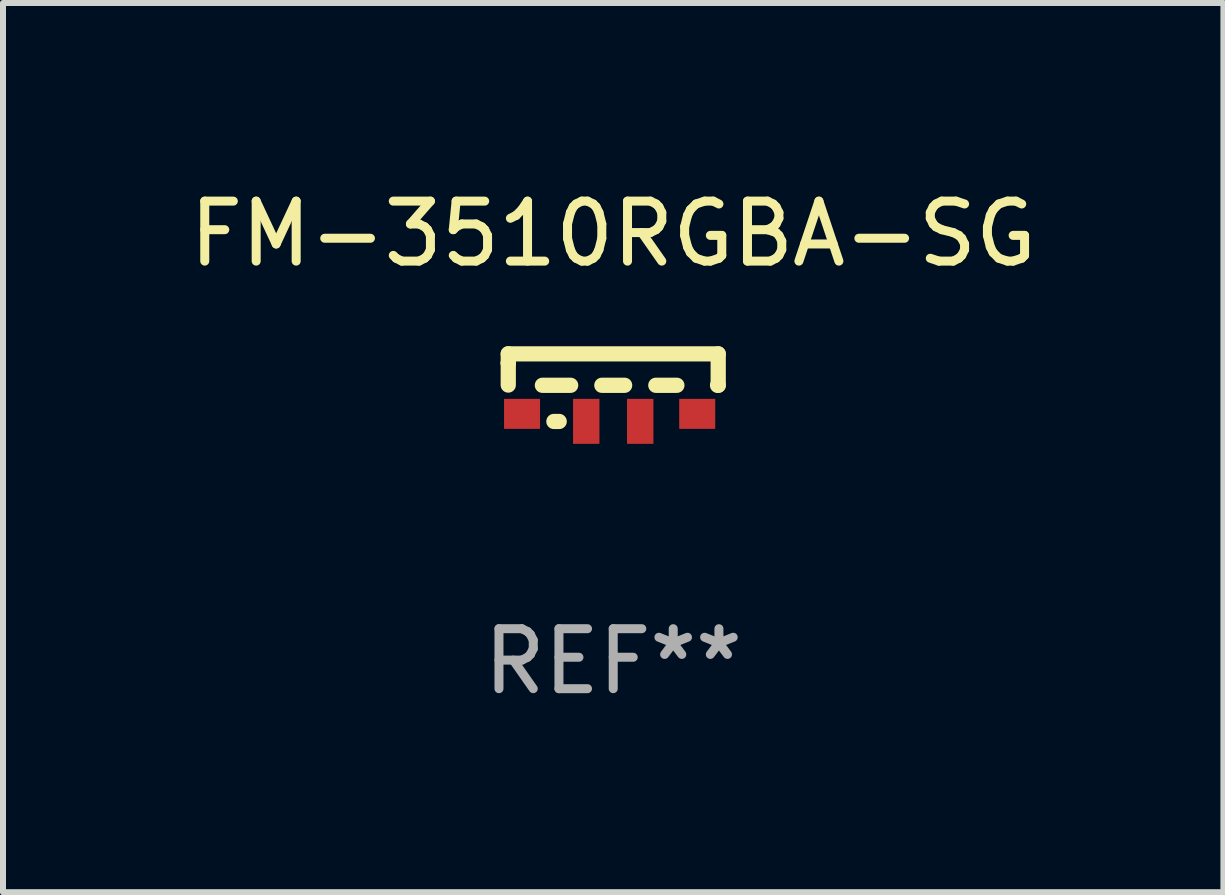
<source format=kicad_pcb>
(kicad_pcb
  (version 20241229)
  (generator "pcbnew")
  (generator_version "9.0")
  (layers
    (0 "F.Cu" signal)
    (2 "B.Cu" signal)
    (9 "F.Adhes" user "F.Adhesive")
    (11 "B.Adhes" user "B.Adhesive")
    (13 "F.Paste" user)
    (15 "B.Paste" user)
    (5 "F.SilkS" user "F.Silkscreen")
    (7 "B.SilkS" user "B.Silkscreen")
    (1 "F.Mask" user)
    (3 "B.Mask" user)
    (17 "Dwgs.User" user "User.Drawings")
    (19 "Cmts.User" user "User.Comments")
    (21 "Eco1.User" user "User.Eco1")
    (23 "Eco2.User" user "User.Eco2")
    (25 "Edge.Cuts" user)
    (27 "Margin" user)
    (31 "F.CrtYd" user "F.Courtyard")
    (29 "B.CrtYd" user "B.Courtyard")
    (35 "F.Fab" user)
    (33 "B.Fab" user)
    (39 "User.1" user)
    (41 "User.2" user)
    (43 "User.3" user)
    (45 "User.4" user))
  (footprint "FM-3510RGBA-SG"
    (layer "F.Cu")
    (at 7.173 3.412)
    (property "Reference" "FM-3510RGBA-SG" (at 0 -2.564 0) (layer "F.SilkS") (effects (font (size 1 1) (thickness 0.15))))
    (attr through_hole)
    (fp_line (start -1.75 -0.564) (end -1.75 -0.409) (stroke (width 0.254) (type solid)) (layer "F.SilkS"))
    (fp_line (start -1.75 -0.409) (end -1.75 -0.409) (stroke (width 0.254) (type solid)) (layer "F.SilkS"))
    (fp_line (start -1.75 -0.409) (end -1.75 -0.043) (stroke (width 0.254) (type solid)) (layer "F.SilkS"))
    (fp_line (start -0.901 0.564) (end -0.989 0.564) (stroke (width 0.254) (type solid)) (layer "F.SilkS"))
    (fp_line (start -0.71 -0.039) (end -1.181 -0.039) (stroke (width 0.254) (type solid)) (layer "F.SilkS"))
    (fp_line (start 0.19 -0.039) (end -0.19 -0.039) (stroke (width 0.254) (type solid)) (layer "F.SilkS"))
    (fp_line (start 1.061 -0.039) (end 0.71 -0.039) (stroke (width 0.254) (type solid)) (layer "F.SilkS"))
    (fp_line (start 1.75 -0.563) (end -1.75 -0.563) (stroke (width 0.254) (type solid)) (layer "F.SilkS"))
    (fp_line (start 1.75 -0.563) (end 1.75 -0.039) (stroke (width 0.254) (type solid)) (layer "F.SilkS"))
    (fp_line (start 1.75 -0.039) (end 1.739 -0.039) (stroke (width 0.254) (type solid)) (layer "F.SilkS"))
    (fp_circle (center -1.81 -0.473) (end -1.78 -0.473) (stroke (width 0.06) (type solid)) (fill no) (layer "F.SilkS"))
    (fp_text user "REF**" (at 0 4.564 0) (layer "F.Fab") (effects (font (size 1 1) (thickness 0.15))))
    (pad "1" smd rect (at -1.52 0.437 180) (size 0.6 0.5) (layers "F.Cu" "F.Mask" "F.Paste"))
    (pad "2" smd rect (at -0.45 0.562 270) (size 0.75 0.44) (layers "F.Cu" "F.Mask" "F.Paste"))
    (pad "3" smd rect (at 0.45 0.562 270) (size 0.75 0.44) (layers "F.Cu" "F.Mask" "F.Paste"))
    (pad "4" smd rect (at 1.4 0.437) (size 0.6 0.5) (layers "F.Cu" "F.Mask" "F.Paste")))
  (gr_rect
    (start -3 -3)
    (end 17.345 11.824)
    (stroke (width 0.1) (type default))
    (fill no)
    (layer "Edge.Cuts")))
</source>
